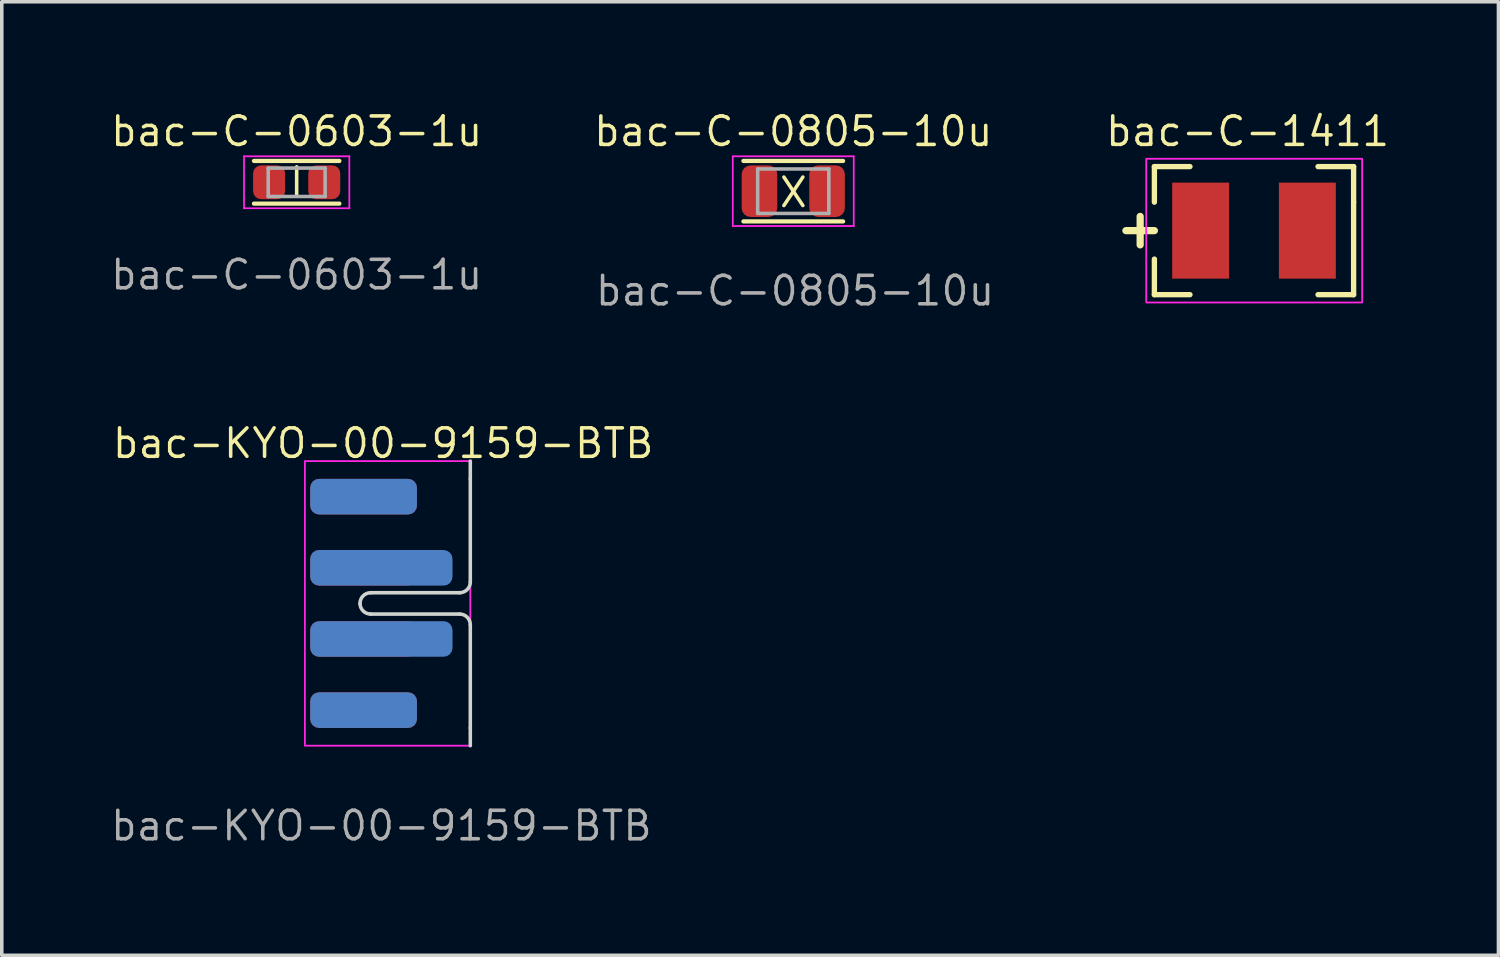
<source format=kicad_pcb>
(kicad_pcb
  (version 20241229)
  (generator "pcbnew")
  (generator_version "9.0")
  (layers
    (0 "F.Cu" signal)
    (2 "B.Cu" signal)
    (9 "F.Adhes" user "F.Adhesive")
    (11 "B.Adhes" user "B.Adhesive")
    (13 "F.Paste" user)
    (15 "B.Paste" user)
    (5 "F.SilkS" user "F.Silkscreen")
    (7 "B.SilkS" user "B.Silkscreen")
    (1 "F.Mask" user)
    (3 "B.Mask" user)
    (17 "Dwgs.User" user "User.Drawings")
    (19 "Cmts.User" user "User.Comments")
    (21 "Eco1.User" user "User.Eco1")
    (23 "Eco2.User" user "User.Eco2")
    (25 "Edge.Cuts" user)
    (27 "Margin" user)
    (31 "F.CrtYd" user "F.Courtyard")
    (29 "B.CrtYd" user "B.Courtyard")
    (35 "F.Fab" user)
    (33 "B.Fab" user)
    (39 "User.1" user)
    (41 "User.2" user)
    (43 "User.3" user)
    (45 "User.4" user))
  (footprint "bac-C-0603-1u"
    (layer "F.Cu")
    (at 5.289 2.074)
    (property "Reference" "bac-C-0603-1u" (at 0 -1.43 0) (layer "F.SilkS") (effects (font (size 0.8 0.8) (thickness 0.1))))
    (attr smd)
    (fp_line (start -1.2 -0.6) (end 1.2 -0.6) (stroke (width 0.12) (type solid)) (layer "F.SilkS"))
    (fp_line (start -1.2 0.6) (end 1.2 0.6) (stroke (width 0.12) (type solid)) (layer "F.SilkS"))
    (fp_line (start -1.48 -0.73) (end 1.48 -0.73) (stroke (width 0.05) (type solid)) (layer "F.CrtYd"))
    (fp_line (start -1.48 0.73) (end -1.48 -0.73) (stroke (width 0.05) (type solid)) (layer "F.CrtYd"))
    (fp_line (start 1.48 -0.73) (end 1.48 0.73) (stroke (width 0.05) (type solid)) (layer "F.CrtYd"))
    (fp_line (start 1.48 0.73) (end -1.48 0.73) (stroke (width 0.05) (type solid)) (layer "F.CrtYd"))
    (fp_line (start -0.8 -0.4) (end 0.8 -0.4) (stroke (width 0.1) (type solid)) (layer "F.Fab"))
    (fp_line (start -0.8 0.4) (end -0.8 -0.4) (stroke (width 0.1) (type solid)) (layer "F.Fab"))
    (fp_line (start 0.8 -0.4) (end 0.8 0.4) (stroke (width 0.1) (type solid)) (layer "F.Fab"))
    (fp_line (start 0.8 0.4) (end -0.8 0.4) (stroke (width 0.1) (type solid)) (layer "F.Fab"))
    (fp_text user "I" (at 0 0 0) (unlocked yes) (layer "F.SilkS") (effects (font (size 0.8 0.6) (thickness 0.1))))
    (fp_text user "${REFERENCE}" (at 0 2.6 0) (layer "F.Fab") (effects (font (size 0.8 0.8) (thickness 0.1))))
    (pad "1" smd roundrect (at -0.775 0) (size 0.9 0.95) (layers "F.Cu" "F.Mask" "F.Paste") (roundrect_rratio 0.25))
    (pad "2" smd roundrect (at 0.775 0) (size 0.9 0.95) (layers "F.Cu" "F.Mask" "F.Paste") (roundrect_rratio 0.25)))
  (footprint "bac-C-1411"
    (layer "F.Cu")
    (at 32.199 3.433)
    (property "Reference" "bac-C-1411" (at -0.18 -2.79 0) (layer "F.SilkS") (effects (font (size 0.8 0.8) (thickness 0.1))))
    (attr smd)
    (fp_line (start -3.6 0) (end -2.8 0) (stroke (width 0.203) (type solid)) (layer "F.SilkS"))
    (fp_line (start -3.2 0.4) (end -3.2 -0.4) (stroke (width 0.203) (type solid)) (layer "F.SilkS"))
    (fp_line (start -2.8 -1.8) (end -1.8 -1.8) (stroke (width 0.15) (type solid)) (layer "F.SilkS"))
    (fp_line (start -2.8 -0.8) (end -2.8 -1.8) (stroke (width 0.15) (type solid)) (layer "F.SilkS"))
    (fp_line (start -2.8 0.8) (end -2.8 1.8) (stroke (width 0.15) (type solid)) (layer "F.SilkS"))
    (fp_line (start -2.8 1.8) (end -1.8 1.8) (stroke (width 0.15) (type solid)) (layer "F.SilkS"))
    (fp_line (start 1.8 -1.8) (end 2.8 -1.8) (stroke (width 0.15) (type solid)) (layer "F.SilkS"))
    (fp_line (start 2.8 -1.8) (end 2.8 -0.8) (stroke (width 0.15) (type solid)) (layer "F.SilkS"))
    (fp_line (start 2.8 -0.8) (end 2.8 1.8) (stroke (width 0.15) (type solid)) (layer "F.SilkS"))
    (fp_line (start 2.8 1.8) (end 1.8 1.8) (stroke (width 0.15) (type solid)) (layer "F.SilkS"))
    (fp_rect (start -3.03 -2.02) (end 3.04 2.02) (stroke (width 0.05) (type default)) (fill no) (layer "F.CrtYd"))
    (pad "1" smd rect (at -1.5 0) (size 1.6 2.7) (layers "F.Cu" "F.Mask" "F.Paste"))
    (pad "2" smd rect (at 1.5 0) (size 1.6 2.7) (layers "F.Cu" "F.Mask" "F.Paste")))
  (footprint "bac-KYO-00-9159-BTB"
    (layer "F.Cu")
    (at 7.67 13.911)
    (property "Reference" "bac-KYO-00-9159-BTB" (at 0.05 -4.5 0) (unlocked yes) (layer "F.SilkS") (effects (font (size 0.8 0.8) (thickness 0.1))))
    (attr smd exclude_from_bom)
    (fp_poly (pts (arc (start 0.95 -4) (mid 0.773223 -3.926777) (end 0.7 -3.75)) (arc (start 0.7 3.75) (mid 0.773223 3.926777) (end 0.95 4)) (xy 2.65 4) (xy 2.65 -4)) (stroke (width 0) (type solid)) (fill yes) (layer "F.Mask"))
    (fp_poly (pts (arc (start 0.95 -4) (mid 0.773223 -3.926777) (end 0.7 -3.75)) (arc (start 0.7 3.75) (mid 0.773223 3.926777) (end 0.95 4)) (xy 2.65 4) (xy 2.65 -4)) (stroke (width 0) (type solid)) (fill yes) (layer "B.Mask"))
    (fp_line (start -0.3 0.3) (end 2.2 0.3) (stroke (width 0.1) (type default)) (layer "Edge.Cuts"))
    (fp_line (start 2.2 -0.3) (end -0.3 -0.3) (stroke (width 0.1) (type default)) (layer "Edge.Cuts"))
    (fp_line (start 2.5 -3.5) (end 2.5 -4) (stroke (width 0.1) (type default)) (layer "Edge.Cuts"))
    (fp_line (start 2.5 -3.5) (end 2.5 -0.6) (stroke (width 0.1) (type default)) (layer "Edge.Cuts"))
    (fp_line (start 2.5 0.6) (end 2.5 3.5) (stroke (width 0.1) (type default)) (layer "Edge.Cuts"))
    (fp_line (start 2.5 3.5) (end 2.5 4) (stroke (width 0.1) (type default)) (layer "Edge.Cuts"))
    (fp_arc (start -0.6 0) (mid -0.512132 -0.212132) (end -0.3 -0.3) (stroke (width 0.1) (type default)) (layer "Edge.Cuts"))
    (fp_arc (start -0.3 0.3) (mid -0.512132 0.212132) (end -0.6 0) (stroke (width 0.1) (type default)) (layer "Edge.Cuts"))
    (fp_arc (start 2.2 0.3) (mid 2.412132 0.387868) (end 2.5 0.6) (stroke (width 0.1) (type default)) (layer "Edge.Cuts"))
    (fp_arc (start 2.5 -0.6) (mid 2.412132 -0.387868) (end 2.2 -0.3) (stroke (width 0.1) (type default)) (layer "Edge.Cuts"))
    (fp_rect (start -2.15 -4) (end 2.5 4) (stroke (width 0.05) (type default)) (fill no) (layer "F.CrtYd"))
    (fp_text user "${REFERENCE}" (at 0 6.25 0) (unlocked yes) (layer "F.Fab") (effects (font (size 0.8 0.8) (thickness 0.1))))
    (pad "1" smd roundrect (at -0.5 -3) (size 3 1) (layers "F.Cu" "F.Mask") (roundrect_rratio 0.25))
    (pad "2" smd roundrect (at -0.5 -1) (size 3 1) (layers "F.Cu" "F.Mask") (roundrect_rratio 0.25))
    (pad "3" smd roundrect (at -0.5 1) (size 3 1) (layers "F.Cu" "F.Mask") (roundrect_rratio 0.25))
    (pad "4" smd roundrect (at -0.5 3) (size 3 1) (layers "F.Cu" "F.Mask") (roundrect_rratio 0.25))
    (pad "5" smd roundrect (at -0.5 -3) (size 3 1) (layers "B.Cu" "B.Mask") (roundrect_rratio 0.25))
    (pad "6" smd roundrect (at 0 -1) (size 4 1) (layers "B.Cu" "B.Mask") (roundrect_rratio 0.25))
    (pad "7" smd roundrect (at 0 1) (size 4 1) (layers "B.Cu" "B.Mask") (roundrect_rratio 0.25))
    (pad "8" smd roundrect (at -0.5 3) (size 3 1) (layers "B.Cu" "B.Mask") (roundrect_rratio 0.25))
    (zone (net_name "") (layers "F.Cu" "B.Cu") (name "Connector Slide Zone") (hatch edge 0.5) (connect_pads) (min_thickness 0.25) (filled_areas_thickness no) (keepout (tracks not_allowed) (vias not_allowed) (pads allowed) (copperpour not_allowed) (footprints not_allowed)) (placement (enabled no)) (fill) (polygon (pts (xy 8.37 9.411) (xy 10.17 9.411) (xy 10.17 18.41) (xy 8.37 18.41) (xy 8.17 18.21) (xy 8.17 9.611)))))
  (footprint "bac-C-0805-10u"
    (layer "F.Cu")
    (at 19.248 2.324)
    (property "Reference" "bac-C-0805-10u" (at 0 -1.68 0) (layer "F.SilkS") (effects (font (size 0.8 0.8) (thickness 0.1))))
    (attr smd)
    (fp_line (start -1.4 -0.85) (end 1.4 -0.85) (stroke (width 0.12) (type solid)) (layer "F.SilkS"))
    (fp_line (start -1.4 0.85) (end 1.4 0.85) (stroke (width 0.12) (type solid)) (layer "F.SilkS"))
    (fp_line (start -1.7 -0.98) (end 1.7 -0.98) (stroke (width 0.05) (type solid)) (layer "F.CrtYd"))
    (fp_line (start -1.7 0.98) (end -1.7 -0.98) (stroke (width 0.05) (type solid)) (layer "F.CrtYd"))
    (fp_line (start 1.7 -0.98) (end 1.7 0.98) (stroke (width 0.05) (type solid)) (layer "F.CrtYd"))
    (fp_line (start 1.7 0.98) (end -1.7 0.98) (stroke (width 0.05) (type solid)) (layer "F.CrtYd"))
    (fp_line (start -1 -0.625) (end 1 -0.625) (stroke (width 0.1) (type solid)) (layer "F.Fab"))
    (fp_line (start -1 0.625) (end -1 -0.625) (stroke (width 0.1) (type solid)) (layer "F.Fab"))
    (fp_line (start 1 -0.625) (end 1 0.625) (stroke (width 0.1) (type solid)) (layer "F.Fab"))
    (fp_line (start 1 0.625) (end -1 0.625) (stroke (width 0.1) (type solid)) (layer "F.Fab"))
    (fp_text user "X" (at 0.45 -0.5 180) (unlocked yes) (layer "F.SilkS") (effects (font (size 0.8 0.8) (thickness 0.1)) (justify left bottom)))
    (fp_text user "${REFERENCE}" (at 0.05 2.8 0) (layer "F.Fab") (effects (font (size 0.8 0.8) (thickness 0.1))))
    (pad "1" smd roundrect (at -0.95 0) (size 1 1.45) (layers "F.Cu" "F.Mask" "F.Paste") (roundrect_rratio 0.25))
    (pad "2" smd roundrect (at 0.95 0) (size 1 1.45) (layers "F.Cu" "F.Mask" "F.Paste") (roundrect_rratio 0.25)))
  (gr_rect
    (start -3 -3)
    (end 39.07 23.804)
    (stroke (width 0.1) (type default))
    (fill no)
    (layer "Edge.Cuts")))
</source>
